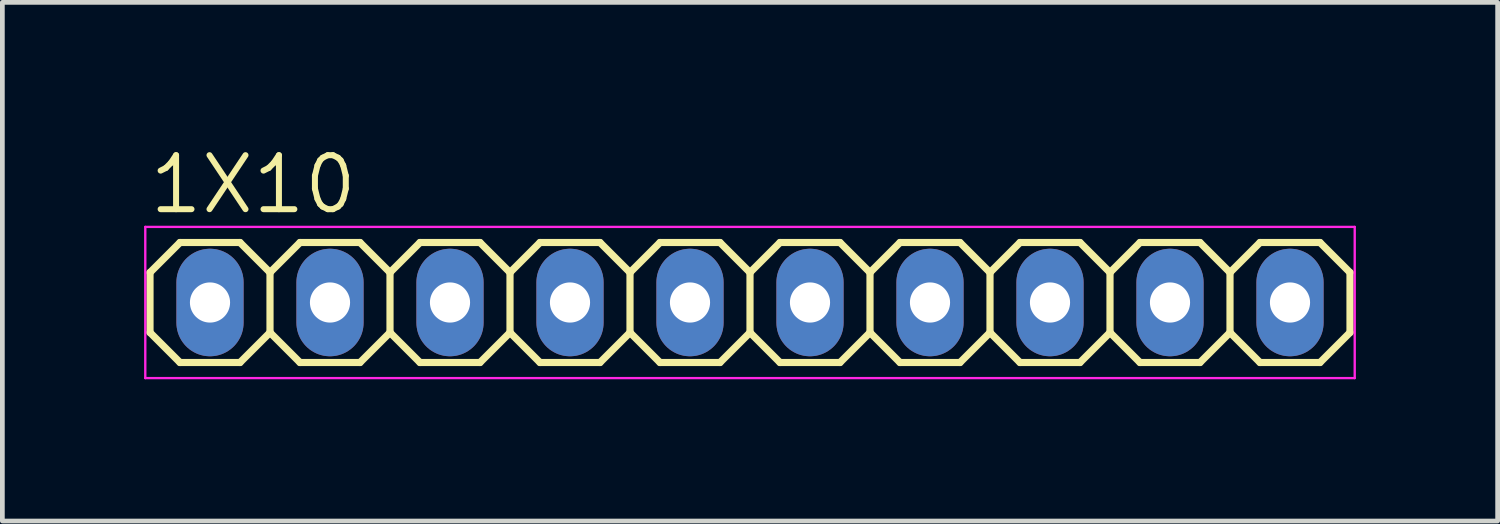
<source format=kicad_pcb>
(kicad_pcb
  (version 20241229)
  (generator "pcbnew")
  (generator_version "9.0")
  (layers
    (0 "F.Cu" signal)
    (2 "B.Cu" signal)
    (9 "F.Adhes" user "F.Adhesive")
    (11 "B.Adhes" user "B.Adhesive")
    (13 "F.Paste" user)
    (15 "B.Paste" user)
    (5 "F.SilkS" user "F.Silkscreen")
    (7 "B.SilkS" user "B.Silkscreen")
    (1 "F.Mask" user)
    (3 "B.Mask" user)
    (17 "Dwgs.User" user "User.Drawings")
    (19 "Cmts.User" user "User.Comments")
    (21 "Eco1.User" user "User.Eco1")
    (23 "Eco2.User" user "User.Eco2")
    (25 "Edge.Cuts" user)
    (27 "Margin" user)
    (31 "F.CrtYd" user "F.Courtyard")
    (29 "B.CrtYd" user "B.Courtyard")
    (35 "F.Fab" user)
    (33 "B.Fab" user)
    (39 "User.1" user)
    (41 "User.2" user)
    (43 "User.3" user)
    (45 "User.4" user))
  (footprint "1X10"
    (layer "F.Cu")
    (at 12.825 3.353)
    (property "Reference" "1X10" (at -12.776 -1.829 0) (unlocked yes) (layer "F.SilkS") (effects (font (size 1.143 1.143) (thickness 0.127)) (justify left bottom)))
    (fp_line (start -12.7 -0.635) (end -12.7 0.635) (stroke (width 0.152) (type solid)) (layer "F.SilkS"))
    (fp_line (start -12.7 0.635) (end -12.065 1.27) (stroke (width 0.152) (type solid)) (layer "F.SilkS"))
    (fp_line (start -12.065 -1.27) (end -12.7 -0.635) (stroke (width 0.152) (type solid)) (layer "F.SilkS"))
    (fp_line (start -12.065 -1.27) (end -10.795 -1.27) (stroke (width 0.152) (type solid)) (layer "F.SilkS"))
    (fp_line (start -10.795 -1.27) (end -10.16 -0.635) (stroke (width 0.152) (type solid)) (layer "F.SilkS"))
    (fp_line (start -10.795 1.27) (end -12.065 1.27) (stroke (width 0.152) (type solid)) (layer "F.SilkS"))
    (fp_line (start -10.16 -0.635) (end -10.16 0.635) (stroke (width 0.152) (type solid)) (layer "F.SilkS"))
    (fp_line (start -10.16 -0.635) (end -9.525 -1.27) (stroke (width 0.152) (type solid)) (layer "F.SilkS"))
    (fp_line (start -10.16 0.635) (end -10.795 1.27) (stroke (width 0.152) (type solid)) (layer "F.SilkS"))
    (fp_line (start -9.525 -1.27) (end -8.255 -1.27) (stroke (width 0.152) (type solid)) (layer "F.SilkS"))
    (fp_line (start -9.525 1.27) (end -10.16 0.635) (stroke (width 0.152) (type solid)) (layer "F.SilkS"))
    (fp_line (start -8.255 -1.27) (end -7.62 -0.635) (stroke (width 0.152) (type solid)) (layer "F.SilkS"))
    (fp_line (start -8.255 1.27) (end -9.525 1.27) (stroke (width 0.152) (type solid)) (layer "F.SilkS"))
    (fp_line (start -7.62 -0.635) (end -7.62 0.635) (stroke (width 0.152) (type solid)) (layer "F.SilkS"))
    (fp_line (start -7.62 -0.635) (end -6.985 -1.27) (stroke (width 0.152) (type solid)) (layer "F.SilkS"))
    (fp_line (start -7.62 0.635) (end -8.255 1.27) (stroke (width 0.152) (type solid)) (layer "F.SilkS"))
    (fp_line (start -6.985 -1.27) (end -5.715 -1.27) (stroke (width 0.152) (type solid)) (layer "F.SilkS"))
    (fp_line (start -6.985 1.27) (end -7.62 0.635) (stroke (width 0.152) (type solid)) (layer "F.SilkS"))
    (fp_line (start -5.715 -1.27) (end -5.08 -0.635) (stroke (width 0.152) (type solid)) (layer "F.SilkS"))
    (fp_line (start -5.715 1.27) (end -6.985 1.27) (stroke (width 0.152) (type solid)) (layer "F.SilkS"))
    (fp_line (start -5.08 -0.635) (end -5.08 0.635) (stroke (width 0.152) (type solid)) (layer "F.SilkS"))
    (fp_line (start -5.08 0.635) (end -5.715 1.27) (stroke (width 0.152) (type solid)) (layer "F.SilkS"))
    (fp_line (start -5.08 0.635) (end -4.445 1.27) (stroke (width 0.152) (type solid)) (layer "F.SilkS"))
    (fp_line (start -4.445 -1.27) (end -5.08 -0.635) (stroke (width 0.152) (type solid)) (layer "F.SilkS"))
    (fp_line (start -4.445 -1.27) (end -3.175 -1.27) (stroke (width 0.152) (type solid)) (layer "F.SilkS"))
    (fp_line (start -3.175 -1.27) (end -2.54 -0.635) (stroke (width 0.152) (type solid)) (layer "F.SilkS"))
    (fp_line (start -3.175 1.27) (end -4.445 1.27) (stroke (width 0.152) (type solid)) (layer "F.SilkS"))
    (fp_line (start -2.54 -0.635) (end -2.54 0.635) (stroke (width 0.152) (type solid)) (layer "F.SilkS"))
    (fp_line (start -2.54 -0.635) (end -1.905 -1.27) (stroke (width 0.152) (type solid)) (layer "F.SilkS"))
    (fp_line (start -2.54 0.635) (end -3.175 1.27) (stroke (width 0.152) (type solid)) (layer "F.SilkS"))
    (fp_line (start -1.905 -1.27) (end -0.635 -1.27) (stroke (width 0.152) (type solid)) (layer "F.SilkS"))
    (fp_line (start -1.905 1.27) (end -2.54 0.635) (stroke (width 0.152) (type solid)) (layer "F.SilkS"))
    (fp_line (start -0.635 -1.27) (end 0 -0.635) (stroke (width 0.152) (type solid)) (layer "F.SilkS"))
    (fp_line (start -0.635 1.27) (end -1.905 1.27) (stroke (width 0.152) (type solid)) (layer "F.SilkS"))
    (fp_line (start 0 -0.635) (end 0 0.635) (stroke (width 0.152) (type solid)) (layer "F.SilkS"))
    (fp_line (start 0 -0.635) (end 0.635 -1.27) (stroke (width 0.152) (type solid)) (layer "F.SilkS"))
    (fp_line (start 0 0.635) (end -0.635 1.27) (stroke (width 0.152) (type solid)) (layer "F.SilkS"))
    (fp_line (start 0.635 -1.27) (end 1.905 -1.27) (stroke (width 0.152) (type solid)) (layer "F.SilkS"))
    (fp_line (start 0.635 1.27) (end 0 0.635) (stroke (width 0.152) (type solid)) (layer "F.SilkS"))
    (fp_line (start 1.905 -1.27) (end 2.54 -0.635) (stroke (width 0.152) (type solid)) (layer "F.SilkS"))
    (fp_line (start 1.905 1.27) (end 0.635 1.27) (stroke (width 0.152) (type solid)) (layer "F.SilkS"))
    (fp_line (start 2.54 -0.635) (end 2.54 0.635) (stroke (width 0.152) (type solid)) (layer "F.SilkS"))
    (fp_line (start 2.54 0.635) (end 1.905 1.27) (stroke (width 0.152) (type solid)) (layer "F.SilkS"))
    (fp_line (start 2.54 0.635) (end 3.175 1.27) (stroke (width 0.152) (type solid)) (layer "F.SilkS"))
    (fp_line (start 3.175 -1.27) (end 2.54 -0.635) (stroke (width 0.152) (type solid)) (layer "F.SilkS"))
    (fp_line (start 3.175 -1.27) (end 4.445 -1.27) (stroke (width 0.152) (type solid)) (layer "F.SilkS"))
    (fp_line (start 4.445 -1.27) (end 5.08 -0.635) (stroke (width 0.152) (type solid)) (layer "F.SilkS"))
    (fp_line (start 4.445 1.27) (end 3.175 1.27) (stroke (width 0.152) (type solid)) (layer "F.SilkS"))
    (fp_line (start 5.08 -0.635) (end 5.08 0.635) (stroke (width 0.152) (type solid)) (layer "F.SilkS"))
    (fp_line (start 5.08 -0.635) (end 5.715 -1.27) (stroke (width 0.152) (type solid)) (layer "F.SilkS"))
    (fp_line (start 5.08 0.635) (end 4.445 1.27) (stroke (width 0.152) (type solid)) (layer "F.SilkS"))
    (fp_line (start 5.715 -1.27) (end 6.985 -1.27) (stroke (width 0.152) (type solid)) (layer "F.SilkS"))
    (fp_line (start 5.715 1.27) (end 5.08 0.635) (stroke (width 0.152) (type solid)) (layer "F.SilkS"))
    (fp_line (start 6.985 -1.27) (end 7.62 -0.635) (stroke (width 0.152) (type solid)) (layer "F.SilkS"))
    (fp_line (start 6.985 1.27) (end 5.715 1.27) (stroke (width 0.152) (type solid)) (layer "F.SilkS"))
    (fp_line (start 7.62 -0.635) (end 7.62 0.635) (stroke (width 0.152) (type solid)) (layer "F.SilkS"))
    (fp_line (start 7.62 -0.635) (end 8.255 -1.27) (stroke (width 0.152) (type solid)) (layer "F.SilkS"))
    (fp_line (start 7.62 0.635) (end 6.985 1.27) (stroke (width 0.152) (type solid)) (layer "F.SilkS"))
    (fp_line (start 8.255 -1.27) (end 9.525 -1.27) (stroke (width 0.152) (type solid)) (layer "F.SilkS"))
    (fp_line (start 8.255 1.27) (end 7.62 0.635) (stroke (width 0.152) (type solid)) (layer "F.SilkS"))
    (fp_line (start 9.525 -1.27) (end 10.16 -0.635) (stroke (width 0.152) (type solid)) (layer "F.SilkS"))
    (fp_line (start 9.525 1.27) (end 8.255 1.27) (stroke (width 0.152) (type solid)) (layer "F.SilkS"))
    (fp_line (start 10.16 -0.635) (end 10.16 0.635) (stroke (width 0.152) (type solid)) (layer "F.SilkS"))
    (fp_line (start 10.16 0.635) (end 9.525 1.27) (stroke (width 0.152) (type solid)) (layer "F.SilkS"))
    (fp_line (start 10.16 0.635) (end 10.795 1.27) (stroke (width 0.152) (type solid)) (layer "F.SilkS"))
    (fp_line (start 10.795 -1.27) (end 10.16 -0.635) (stroke (width 0.152) (type solid)) (layer "F.SilkS"))
    (fp_line (start 10.795 -1.27) (end 12.065 -1.27) (stroke (width 0.152) (type solid)) (layer "F.SilkS"))
    (fp_line (start 12.065 -1.27) (end 12.7 -0.635) (stroke (width 0.152) (type solid)) (layer "F.SilkS"))
    (fp_line (start 12.065 1.27) (end 10.795 1.27) (stroke (width 0.152) (type solid)) (layer "F.SilkS"))
    (fp_line (start 12.7 -0.635) (end 12.7 0.635) (stroke (width 0.152) (type solid)) (layer "F.SilkS"))
    (fp_line (start 12.7 0.635) (end 12.065 1.27) (stroke (width 0.152) (type solid)) (layer "F.SilkS"))
    (fp_line (start -12.8 -1.6) (end 12.8 -1.6) (stroke (width 0.05) (type solid)) (layer "F.CrtYd"))
    (fp_line (start -12.8 1.6) (end -12.8 -1.6) (stroke (width 0.05) (type solid)) (layer "F.CrtYd"))
    (fp_line (start 12.8 -1.6) (end 12.8 1.6) (stroke (width 0.05) (type solid)) (layer "F.CrtYd"))
    (fp_line (start 12.8 1.6) (end -12.8 1.6) (stroke (width 0.05) (type solid)) (layer "F.CrtYd"))
    (fp_poly (pts (xy -11.684 0.254) (xy -11.176 0.254) (xy -11.176 -0.254) (xy -11.684 -0.254)) (stroke (width 0.1) (type default)) (fill no) (layer "F.Fab"))
    (fp_poly (pts (xy -9.144 0.254) (xy -8.636 0.254) (xy -8.636 -0.254) (xy -9.144 -0.254)) (stroke (width 0.1) (type default)) (fill no) (layer "F.Fab"))
    (fp_poly (pts (xy -6.604 0.254) (xy -6.096 0.254) (xy -6.096 -0.254) (xy -6.604 -0.254)) (stroke (width 0.1) (type default)) (fill no) (layer "F.Fab"))
    (fp_poly (pts (xy -4.064 0.254) (xy -3.556 0.254) (xy -3.556 -0.254) (xy -4.064 -0.254)) (stroke (width 0.1) (type default)) (fill no) (layer "F.Fab"))
    (fp_poly (pts (xy -1.524 0.254) (xy -1.016 0.254) (xy -1.016 -0.254) (xy -1.524 -0.254)) (stroke (width 0.1) (type default)) (fill no) (layer "F.Fab"))
    (fp_poly (pts (xy 1.016 0.254) (xy 1.524 0.254) (xy 1.524 -0.254) (xy 1.016 -0.254)) (stroke (width 0.1) (type default)) (fill no) (layer "F.Fab"))
    (fp_poly (pts (xy 3.556 0.254) (xy 4.064 0.254) (xy 4.064 -0.254) (xy 3.556 -0.254)) (stroke (width 0.1) (type default)) (fill no) (layer "F.Fab"))
    (fp_poly (pts (xy 6.096 0.254) (xy 6.604 0.254) (xy 6.604 -0.254) (xy 6.096 -0.254)) (stroke (width 0.1) (type default)) (fill no) (layer "F.Fab"))
    (fp_poly (pts (xy 8.636 0.254) (xy 9.144 0.254) (xy 9.144 -0.254) (xy 8.636 -0.254)) (stroke (width 0.1) (type default)) (fill no) (layer "F.Fab"))
    (fp_poly (pts (xy 11.176 0.254) (xy 11.684 0.254) (xy 11.684 -0.254) (xy 11.176 -0.254)) (stroke (width 0.1) (type default)) (fill no) (layer "F.Fab"))
    (pad "1" thru_hole oval (at -11.43 0 90) (size 2.276 1.422) (drill 0.85) (layers "*.Cu" "*.Mask"))
    (pad "2" thru_hole oval (at -8.89 0 90) (size 2.276 1.422) (drill 0.85) (layers "*.Cu" "*.Mask"))
    (pad "3" thru_hole oval (at -6.35 0 90) (size 2.276 1.422) (drill 0.85) (layers "*.Cu" "*.Mask"))
    (pad "4" thru_hole oval (at -3.81 0 90) (size 2.276 1.422) (drill 0.85) (layers "*.Cu" "*.Mask"))
    (pad "5" thru_hole oval (at -1.27 0 90) (size 2.276 1.422) (drill 0.85) (layers "*.Cu" "*.Mask"))
    (pad "6" thru_hole oval (at 1.27 0 90) (size 2.276 1.422) (drill 0.85) (layers "*.Cu" "*.Mask"))
    (pad "7" thru_hole oval (at 3.81 0 90) (size 2.276 1.422) (drill 0.85) (layers "*.Cu" "*.Mask"))
    (pad "8" thru_hole oval (at 6.35 0 90) (size 2.276 1.422) (drill 0.85) (layers "*.Cu" "*.Mask"))
    (pad "9" thru_hole oval (at 8.89 0 90) (size 2.276 1.422) (drill 0.85) (layers "*.Cu" "*.Mask"))
    (pad "10" thru_hole oval (at 11.43 0 90) (size 2.276 1.422) (drill 0.85) (layers "*.Cu" "*.Mask")))
  (gr_rect
    (start -3 -3)
    (end 28.65 7.978)
    (stroke (width 0.1) (type default))
    (fill no)
    (layer "Edge.Cuts")))
</source>
